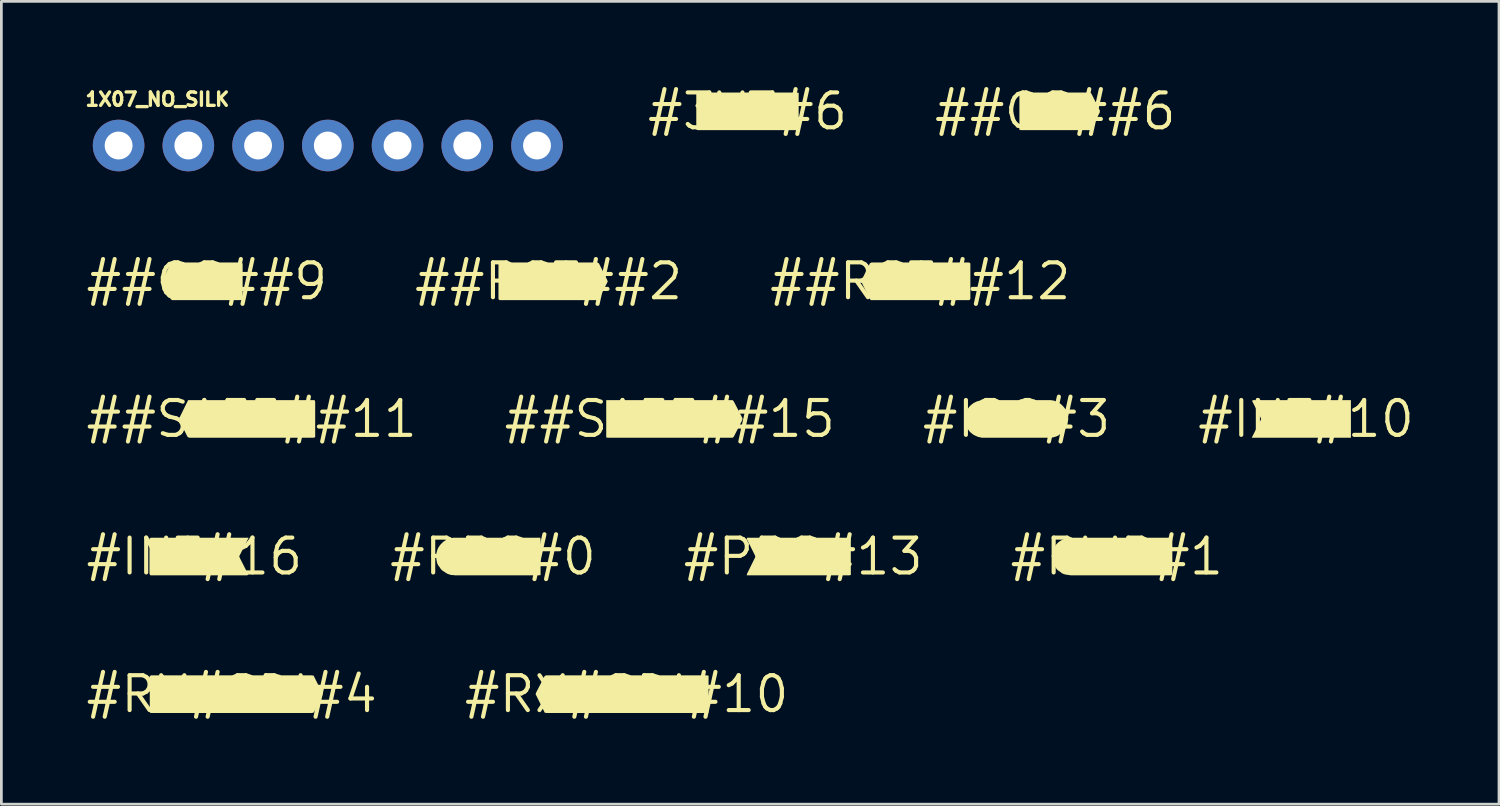
<source format=kicad_pcb>
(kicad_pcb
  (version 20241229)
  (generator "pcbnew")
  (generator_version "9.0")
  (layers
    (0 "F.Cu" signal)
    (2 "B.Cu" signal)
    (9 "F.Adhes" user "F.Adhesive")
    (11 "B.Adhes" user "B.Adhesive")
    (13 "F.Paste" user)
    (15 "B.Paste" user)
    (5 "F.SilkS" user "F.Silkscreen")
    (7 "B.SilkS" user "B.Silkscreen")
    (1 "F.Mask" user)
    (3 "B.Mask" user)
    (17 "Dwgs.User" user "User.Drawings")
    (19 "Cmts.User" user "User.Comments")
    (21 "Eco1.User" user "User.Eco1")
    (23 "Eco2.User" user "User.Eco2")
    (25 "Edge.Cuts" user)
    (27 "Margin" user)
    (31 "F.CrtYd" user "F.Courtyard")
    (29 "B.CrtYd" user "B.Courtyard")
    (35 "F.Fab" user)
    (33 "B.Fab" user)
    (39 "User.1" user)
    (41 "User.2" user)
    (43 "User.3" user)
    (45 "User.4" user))
  (footprint "##CS##9"
    (layer "F.Cu")
    (at 4.483 7.196)
    (property "Reference" "##CS##9" (at 0 0 0) (layer "F.SilkS") (effects (font (size 1.27 1.27) (thickness 0.15))))
    (fp_poly (pts (xy 1.305 -0.631) (xy 1.305 0.663) (xy 1.251 0.685) (xy -1.261 0.685) (xy -1.314 0.654) (xy -1.615 0.052) (xy -1.635 -0.01) (xy -1.334 -0.623) (xy -1.293 -0.685) (xy 1.283 -0.685)) (stroke (width 0) (type solid)) (fill yes) (layer "F.SilkS")))
  (footprint "#3V3#6"
    (layer "F.Cu")
    (at 24.176 1.006)
    (property "Reference" "#3V3#6" (at 0 0 0) (layer "F.SilkS") (effects (font (size 1.27 1.27) (thickness 0.15))))
    (fp_poly (pts (xy 1.865 -0.674) (xy 1.865 0.62) (xy 1.854 0.685) (xy -1.811 0.685) (xy -1.865 0.663) (xy -1.865 -0.631) (xy -1.843 -0.685) (xy 1.8 -0.685)) (stroke (width 0) (type solid)) (fill yes) (layer "F.SilkS")))
  (footprint "#PPS#13"
    (layer "F.Cu")
    (at 26.205 17.221)
    (property "Reference" "#PPS#13" (at 0 0 0) (layer "F.SilkS") (effects (font (size 1.27 1.27) (thickness 0.15))))
    (fp_poly (pts (xy 1.735 -0.61) (xy 1.735 0.674) (xy 1.67 0.685) (xy -2.056 0.685) (xy -2.045 0.628) (xy -1.745 0.019) (xy -1.755 -0.038) (xy -2.055 -0.639) (xy -2.044 -0.685) (xy 1.724 -0.685)) (stroke (width 0) (type solid)) (fill yes) (layer "F.SilkS")))
  (footprint "#I2C#3"
    (layer "F.Cu")
    (at 33.976 12.209)
    (property "Reference" "#I2C#3" (at 0 0 0) (layer "F.SilkS") (effects (font (size 1.27 1.27) (thickness 0.15))))
    (fp_poly (pts (xy 1.311 -0.675) (xy 1.371 -0.665) (xy 1.442 -0.635) (xy 1.502 -0.615) (xy 1.563 -0.574) (xy 1.613 -0.544) (xy 1.664 -0.494) (xy 1.714 -0.443) (xy 1.754 -0.393) (xy 1.794 -0.333) (xy 1.825 -0.272) (xy 1.845 -0.211) (xy 1.865 -0.141) (xy 1.875 -0.081) (xy 1.885 -0.01) (xy 1.875 0.061) (xy 1.865 0.131) (xy 1.855 0.191) (xy 1.835 0.252) (xy 1.804 0.323) (xy 1.764 0.373) (xy 1.724 0.433) (xy 1.684 0.484) (xy 1.633 0.524) (xy 1.573 0.564) (xy 1.523 0.604) (xy 1.452 0.635) (xy 1.391 0.655) (xy 1.321 0.675) (xy 1.26 0.675) (xy 1.19 0.685) (xy -1.25 0.685) (xy -1.311 0.675) (xy -1.381 0.655) (xy -1.442 0.635) (xy -1.512 0.605) (xy -1.573 0.574) (xy -1.623 0.534) (xy -1.673 0.494) (xy -1.724 0.443) (xy -1.764 0.383) (xy -1.855 0.202) (xy -1.865 0.131) (xy -1.875 0.071) (xy -1.885 0) (xy -1.875 -0.071) (xy -1.865 -0.131) (xy -1.855 -0.202) (xy -1.764 -0.383) (xy -1.724 -0.443) (xy -1.673 -0.494) (xy -1.623 -0.534) (xy -1.573 -0.574) (xy -1.452 -0.635) (xy -1.381 -0.655) (xy -1.311 -0.675) (xy -1.25 -0.685) (xy 1.24 -0.685)) (stroke (width 0) (type solid)) (fill yes) (layer "F.SilkS")))
  (footprint "#RX#SDI#4"
    (layer "F.Cu")
    (at 5.39 22.234)
    (property "Reference" "#RX#SDI#4" (at 0 0 0) (layer "F.SilkS") (effects (font (size 1.27 1.27) (thickness 0.15))))
    (fp_poly (pts (xy 2.983 -0.675) (xy 3.315 -0.01) (xy 3.295 0.052) (xy 2.994 0.664) (xy 2.931 0.685) (xy -2.963 0.685) (xy -2.985 0.631) (xy -2.985 -0.663) (xy -2.931 -0.685) (xy 2.91 -0.685)) (stroke (width 0) (type solid)) (fill yes) (layer "F.SilkS")))
  (footprint "##SAFE##15"
    (layer "F.Cu")
    (at 21.346 12.209)
    (property "Reference" "##SAFE##15" (at 0 0 0) (layer "F.SilkS") (effects (font (size 1.27 1.27) (thickness 0.15))))
    (fp_poly (pts (xy -1.975 -0.681) (xy -1.975 -0.685) (xy 2.292 -0.685) (xy 2.334 -0.633) (xy 2.645 -0.031) (xy 2.645 0.031) (xy 2.334 0.643) (xy 2.292 0.685) (xy -2.25 0.685) (xy -2.315 0.674) (xy -2.315 -0.685) (xy -1.977 -0.685)) (stroke (width 0) (type solid)) (fill yes) (layer "F.SilkS")))
  (footprint "#PWR#1"
    (layer "F.Cu")
    (at 37.626 17.221)
    (property "Reference" "#PWR#1" (at 0 0 0) (layer "F.SilkS") (effects (font (size 1.27 1.27) (thickness 0.15))))
    (fp_poly (pts (xy 2.025 -0.652) (xy 2.025 0.642) (xy 1.982 0.685) (xy -1.67 0.685) (xy -1.741 0.675) (xy -1.811 0.665) (xy -1.871 0.655) (xy -1.942 0.635) (xy -2.003 0.604) (xy -2.053 0.564) (xy -2.113 0.524) (xy -2.164 0.484) (xy -2.204 0.433) (xy -2.244 0.373) (xy -2.284 0.313) (xy -2.315 0.252) (xy -2.335 0.191) (xy -2.345 0.121) (xy -2.355 0.05) (xy -2.355 -0.08) (xy -2.345 -0.151) (xy -2.325 -0.212) (xy -2.295 -0.282) (xy -2.264 -0.342) (xy -2.234 -0.393) (xy -2.194 -0.453) (xy -2.143 -0.504) (xy -2.093 -0.544) (xy -2.033 -0.584) (xy -1.912 -0.645) (xy -1.841 -0.665) (xy -1.781 -0.675) (xy -1.71 -0.685) (xy 1.982 -0.685)) (stroke (width 0) (type solid)) (fill yes) (layer "F.SilkS")))
  (footprint "##RST##2"
    (layer "F.Cu")
    (at 16.931 7.196)
    (property "Reference" "##RST##2" (at 0 0 0) (layer "F.SilkS") (effects (font (size 1.27 1.27) (thickness 0.15))))
    (fp_poly (pts (xy -1.475 -0.681) (xy -1.474 -0.685) (xy 1.781 -0.685) (xy 1.834 -0.654) (xy 2.135 -0.052) (xy 2.155 0.01) (xy 1.844 0.622) (xy 1.813 0.685) (xy -1.782 0.685) (xy -1.825 0.652) (xy -1.825 -0.642) (xy -1.782 -0.685) (xy -1.477 -0.685)) (stroke (width 0) (type solid)) (fill yes) (layer "F.SilkS")))
  (footprint "#RX#SDI#10"
    (layer "F.Cu")
    (at 19.774 22.234)
    (property "Reference" "#RX#SDI#10" (at 0 0 0) (layer "F.SilkS") (effects (font (size 1.27 1.27) (thickness 0.15))))
    (fp_poly (pts (xy 2.985 -0.674) (xy 2.985 0.61) (xy 2.974 0.685) (xy -2.92 0.685) (xy -2.983 0.675) (xy -3.315 0.000367) (xy -3.295 -0.062) (xy -2.984 -0.664) (xy -2.931 -0.685) (xy 2.91 -0.685)) (stroke (width 0) (type solid)) (fill yes) (layer "F.SilkS")))
  (footprint "1X07_NO_SILK"
    (layer "F.Cu")
    (at 1.27 2.25)
    (property "Reference" "1X07_NO_SILK" (at -1.27 -1.397 0) (layer "F.SilkS") (effects (font (size 0.488 0.488) (thickness 0.122)) (justify left bottom)))
    (fp_poly (pts (xy -0.254 0.254) (xy 0.254 0.254) (xy 0.254 -0.254) (xy -0.254 -0.254)) (stroke (width 0.1) (type solid)) (fill no) (layer "F.Fab"))
    (fp_poly (pts (xy 2.286 0.254) (xy 2.794 0.254) (xy 2.794 -0.254) (xy 2.286 -0.254)) (stroke (width 0.1) (type solid)) (fill no) (layer "F.Fab"))
    (fp_poly (pts (xy 4.826 0.254) (xy 5.334 0.254) (xy 5.334 -0.254) (xy 4.826 -0.254)) (stroke (width 0.1) (type solid)) (fill no) (layer "F.Fab"))
    (fp_poly (pts (xy 7.366 0.254) (xy 7.874 0.254) (xy 7.874 -0.254) (xy 7.366 -0.254)) (stroke (width 0.1) (type solid)) (fill no) (layer "F.Fab"))
    (fp_poly (pts (xy 9.906 0.254) (xy 10.414 0.254) (xy 10.414 -0.254) (xy 9.906 -0.254)) (stroke (width 0.1) (type solid)) (fill no) (layer "F.Fab"))
    (fp_poly (pts (xy 12.446 0.254) (xy 12.954 0.254) (xy 12.954 -0.254) (xy 12.446 -0.254)) (stroke (width 0.1) (type solid)) (fill no) (layer "F.Fab"))
    (fp_poly (pts (xy 14.986 0.254) (xy 15.494 0.254) (xy 15.494 -0.254) (xy 14.986 -0.254)) (stroke (width 0.1) (type solid)) (fill no) (layer "F.Fab"))
    (pad "1" thru_hole circle (at 0 0 90) (size 1.88 1.88) (drill 1.016) (layers "*.Cu" "*.Mask"))
    (pad "2" thru_hole circle (at 2.54 0 90) (size 1.88 1.88) (drill 1.016) (layers "*.Cu" "*.Mask"))
    (pad "3" thru_hole circle (at 5.08 0 90) (size 1.88 1.88) (drill 1.016) (layers "*.Cu" "*.Mask"))
    (pad "4" thru_hole circle (at 7.62 0 90) (size 1.88 1.88) (drill 1.016) (layers "*.Cu" "*.Mask"))
    (pad "5" thru_hole circle (at 10.16 0 90) (size 1.88 1.88) (drill 1.016) (layers "*.Cu" "*.Mask"))
    (pad "6" thru_hole circle (at 12.7 0 90) (size 1.88 1.88) (drill 1.016) (layers "*.Cu" "*.Mask"))
    (pad "7" thru_hole circle (at 15.24 0 90) (size 1.88 1.88) (drill 1.016) (layers "*.Cu" "*.Mask")))
  (footprint "#INT#10"
    (layer "F.Cu")
    (at 44.52 12.209)
    (property "Reference" "#INT#10" (at 0 0 0) (layer "F.SilkS") (effects (font (size 1.27 1.27) (thickness 0.15))))
    (fp_poly (pts (xy 1.635 0.685) (xy -1.978 0.685) (xy -1.635 0.01) (xy -1.655 -0.048) (xy -1.967 -0.662) (xy -1.921 -0.685) (xy 1.635 -0.685)) (stroke (width 0) (type solid)) (fill yes) (layer "F.SilkS")))
  (footprint "##RST##12"
    (layer "F.Cu")
    (at 30.469 7.196)
    (property "Reference" "##RST##12" (at 0 0 0) (layer "F.SilkS") (effects (font (size 1.27 1.27) (thickness 0.15))))
    (fp_poly (pts (xy -1.475 -0.681) (xy -1.474 -0.685) (xy 1.782 -0.685) (xy 1.825 -0.652) (xy 1.825 0.642) (xy 1.792 0.685) (xy -1.802 0.685) (xy -1.844 0.633) (xy -2.145 0.021) (xy -2.135 -0.042) (xy -1.834 -0.654) (xy -1.781 -0.685) (xy -1.477 -0.685)) (stroke (width 0) (type solid)) (fill yes) (layer "F.SilkS")))
  (footprint "##CS##6"
    (layer "F.Cu")
    (at 35.385 1.006)
    (property "Reference" "##CS##6" (at 0 0 0) (layer "F.SilkS") (effects (font (size 1.27 1.27) (thickness 0.15))))
    (fp_poly (pts (xy 1.324 -0.633) (xy 1.625 -0.031) (xy 1.625 0.031) (xy 1.324 0.643) (xy 1.272 0.685) (xy -1.23 0.685) (xy -1.305 0.674) (xy -1.305 -0.61) (xy -1.294 -0.685) (xy 1.282 -0.685)) (stroke (width 0) (type solid)) (fill yes) (layer "F.SilkS")))
  (footprint "##SAFE##11"
    (layer "F.Cu")
    (at 6.115 12.209)
    (property "Reference" "##SAFE##11" (at 0 0 0) (layer "F.SilkS") (effects (font (size 1.27 1.27) (thickness 0.15))))
    (fp_poly (pts (xy -1.975 -0.681) (xy -1.975 -0.685) (xy 2.293 -0.685) (xy 2.315 -0.631) (xy 2.315 0.663) (xy 2.261 0.685) (xy -2.271 0.685) (xy -2.334 0.654) (xy -2.635 0.052) (xy -2.645 -0.011) (xy -2.344 -0.622) (xy -2.313 -0.685) (xy -1.977 -0.685)) (stroke (width 0) (type solid)) (fill yes) (layer "F.SilkS")))
  (footprint "#INT#16"
    (layer "F.Cu")
    (at 4.029 17.221)
    (property "Reference" "#INT#16" (at 0 0 0) (layer "F.SilkS") (effects (font (size 1.27 1.27) (thickness 0.15))))
    (fp_poly (pts (xy 1.944 -0.618) (xy 1.635 -0.01) (xy 1.655 0.048) (xy 1.967 0.662) (xy 1.921 0.685) (xy -1.603 0.685) (xy -1.635 0.631) (xy -1.635 -0.653) (xy -1.581 -0.685) (xy 1.978 -0.685)) (stroke (width 0) (type solid)) (fill yes) (layer "F.SilkS")))
  (footprint "#PPS#0"
    (layer "F.Cu")
    (at 14.905 17.221)
    (property "Reference" "#PPS#0" (at 0 0 0) (layer "F.SilkS") (effects (font (size 1.27 1.27) (thickness 0.15))))
    (fp_poly (pts (xy 1.735 -0.61) (xy 1.735 0.674) (xy 1.67 0.685) (xy -1.38 0.685) (xy -1.45 0.675) (xy -1.511 0.675) (xy -1.581 0.655) (xy -1.642 0.635) (xy -1.703 0.604) (xy -1.763 0.564) (xy -1.823 0.524) (xy -1.874 0.484) (xy -1.914 0.433) (xy -1.954 0.373) (xy -1.994 0.323) (xy -2.025 0.262) (xy -2.045 0.191) (xy -2.055 0.131) (xy -2.065 0.061) (xy -2.075 -0.01) (xy -2.065 -0.081) (xy -2.055 -0.141) (xy -2.035 -0.211) (xy -2.015 -0.272) (xy -1.984 -0.333) (xy -1.944 -0.393) (xy -1.904 -0.443) (xy -1.854 -0.494) (xy -1.803 -0.544) (xy -1.753 -0.574) (xy -1.692 -0.615) (xy -1.631 -0.635) (xy -1.561 -0.655) (xy -1.501 -0.675) (xy -1.43 -0.685) (xy 1.724 -0.685)) (stroke (width 0) (type solid)) (fill yes) (layer "F.SilkS")))
  (gr_rect
    (start -3 -3)
    (end 51.549 26.24)
    (stroke (width 0.1) (type default))
    (fill no)
    (layer "Edge.Cuts")))
</source>
